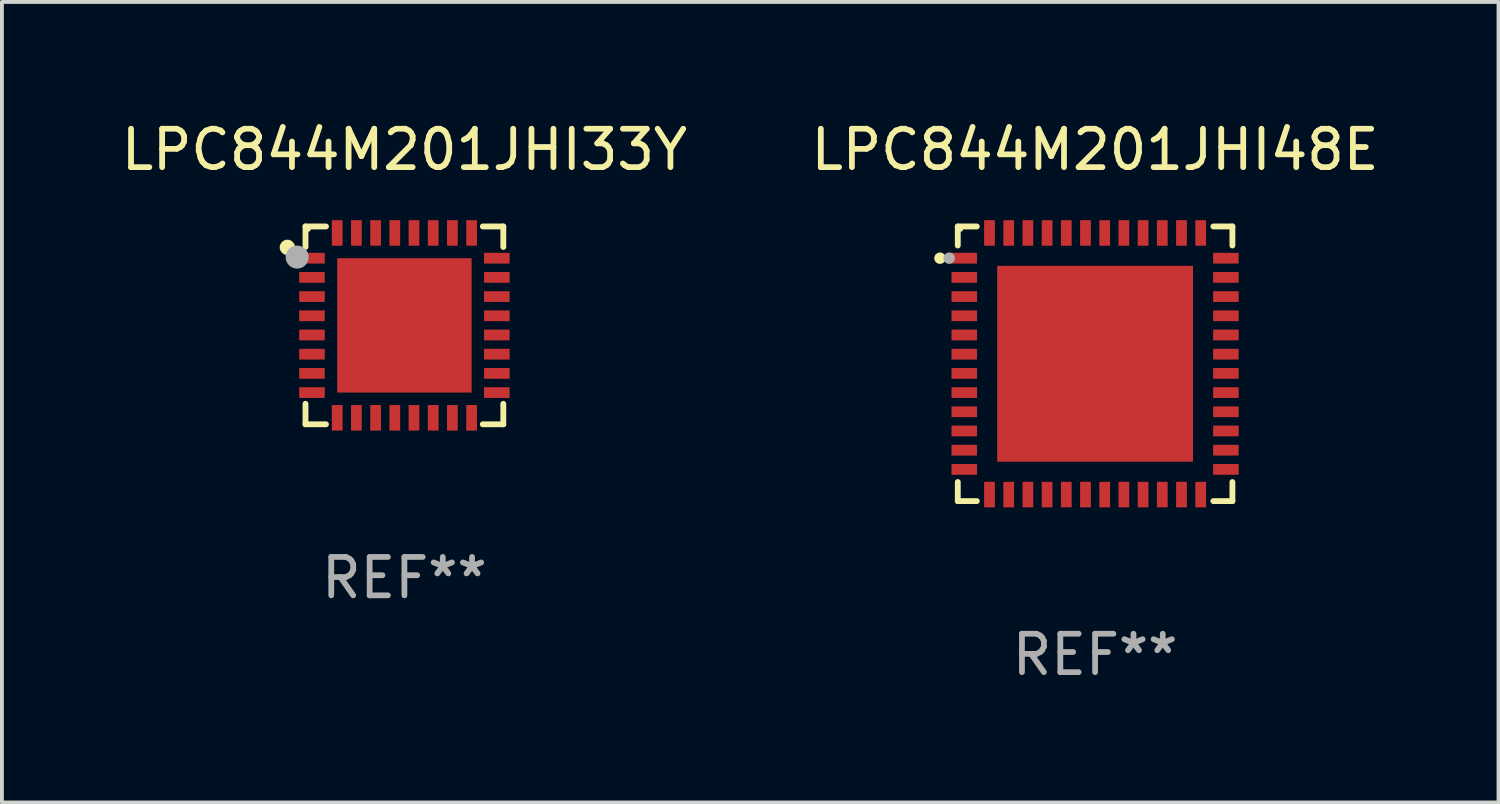
<source format=kicad_pcb>
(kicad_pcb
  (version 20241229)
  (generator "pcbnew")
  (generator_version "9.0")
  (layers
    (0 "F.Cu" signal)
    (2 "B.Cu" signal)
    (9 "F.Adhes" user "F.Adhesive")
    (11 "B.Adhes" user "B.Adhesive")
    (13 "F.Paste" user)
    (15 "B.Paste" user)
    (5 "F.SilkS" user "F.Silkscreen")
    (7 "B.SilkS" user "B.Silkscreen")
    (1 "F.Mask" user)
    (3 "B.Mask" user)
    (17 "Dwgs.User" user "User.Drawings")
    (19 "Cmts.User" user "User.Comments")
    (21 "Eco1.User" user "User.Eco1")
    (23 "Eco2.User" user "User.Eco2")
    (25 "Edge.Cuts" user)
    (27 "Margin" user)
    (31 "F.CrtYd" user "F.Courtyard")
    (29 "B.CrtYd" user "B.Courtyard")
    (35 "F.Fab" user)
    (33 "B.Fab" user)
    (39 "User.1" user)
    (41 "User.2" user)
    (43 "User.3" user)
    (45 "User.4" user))
  (footprint "LPC844M201JHI48E"
    (layer "F.Cu")
    (at 25.47 6.424)
    (property "Reference" "LPC844M201JHI48E" (at 0 -5.576 0) (layer "F.SilkS") (effects (font (size 1 1) (thickness 0.15))))
    (attr through_hole)
    (fp_line (start -3.576 -3.576) (end -3.576 -3.08) (stroke (width 0.152) (type solid)) (layer "F.SilkS"))
    (fp_line (start -3.576 3.576) (end -3.576 3.08) (stroke (width 0.152) (type solid)) (layer "F.SilkS"))
    (fp_line (start -3.08 -3.576) (end -3.576 -3.576) (stroke (width 0.152) (type solid)) (layer "F.SilkS"))
    (fp_line (start -3.08 3.576) (end -3.576 3.576) (stroke (width 0.152) (type solid)) (layer "F.SilkS"))
    (fp_line (start 3.08 -3.576) (end 3.576 -3.576) (stroke (width 0.152) (type solid)) (layer "F.SilkS"))
    (fp_line (start 3.08 3.576) (end 3.576 3.576) (stroke (width 0.152) (type solid)) (layer "F.SilkS"))
    (fp_line (start 3.576 -3.576) (end 3.576 -3.08) (stroke (width 0.152) (type solid)) (layer "F.SilkS"))
    (fp_line (start 3.576 3.576) (end 3.576 3.08) (stroke (width 0.152) (type solid)) (layer "F.SilkS"))
    (fp_circle (center -4.04 -2.75) (end -3.965 -2.75) (stroke (width 0.15) (type solid)) (fill no) (layer "F.SilkS"))
    (fp_circle (center -3.5 -3.5) (end -3.47 -3.5) (stroke (width 0.06) (type solid)) (fill no) (layer "F.SilkS"))
    (fp_circle (center -3.8 -2.75) (end -3.725 -2.75) (stroke (width 0.15) (type solid)) (fill no) (layer "F.Fab"))
    (fp_text user "REF**" (at 0 7.576 0) (layer "F.Fab") (effects (font (size 1 1) (thickness 0.15))))
    (pad "1" smd rect (at -3.407 -2.75) (size 0.665 0.28) (layers "F.Cu" "F.Mask" "F.Paste"))
    (pad "2" smd rect (at -3.407 -2.25) (size 0.665 0.28) (layers "F.Cu" "F.Mask" "F.Paste"))
    (pad "3" smd rect (at -3.407 -1.75) (size 0.665 0.28) (layers "F.Cu" "F.Mask" "F.Paste"))
    (pad "4" smd rect (at -3.407 -1.25) (size 0.665 0.28) (layers "F.Cu" "F.Mask" "F.Paste"))
    (pad "5" smd rect (at -3.407 -0.75) (size 0.665 0.28) (layers "F.Cu" "F.Mask" "F.Paste"))
    (pad "6" smd rect (at -3.407 -0.25) (size 0.665 0.28) (layers "F.Cu" "F.Mask" "F.Paste"))
    (pad "7" smd rect (at -3.407 0.25) (size 0.665 0.28) (layers "F.Cu" "F.Mask" "F.Paste"))
    (pad "8" smd rect (at -3.407 0.75) (size 0.665 0.28) (layers "F.Cu" "F.Mask" "F.Paste"))
    (pad "9" smd rect (at -3.407 1.25) (size 0.665 0.28) (layers "F.Cu" "F.Mask" "F.Paste"))
    (pad "10" smd rect (at -3.407 1.75) (size 0.665 0.28) (layers "F.Cu" "F.Mask" "F.Paste"))
    (pad "11" smd rect (at -3.407 2.25) (size 0.665 0.28) (layers "F.Cu" "F.Mask" "F.Paste"))
    (pad "12" smd rect (at -3.407 2.75) (size 0.665 0.28) (layers "F.Cu" "F.Mask" "F.Paste"))
    (pad "13" smd rect (at -2.75 3.407) (size 0.28 0.665) (layers "F.Cu" "F.Mask" "F.Paste"))
    (pad "14" smd rect (at -2.25 3.407) (size 0.28 0.665) (layers "F.Cu" "F.Mask" "F.Paste"))
    (pad "15" smd rect (at -1.75 3.407) (size 0.28 0.665) (layers "F.Cu" "F.Mask" "F.Paste"))
    (pad "16" smd rect (at -1.25 3.407) (size 0.28 0.665) (layers "F.Cu" "F.Mask" "F.Paste"))
    (pad "17" smd rect (at -0.75 3.407) (size 0.28 0.665) (layers "F.Cu" "F.Mask" "F.Paste"))
    (pad "18" smd rect (at -0.25 3.407) (size 0.28 0.665) (layers "F.Cu" "F.Mask" "F.Paste"))
    (pad "19" smd rect (at 0.25 3.407) (size 0.28 0.665) (layers "F.Cu" "F.Mask" "F.Paste"))
    (pad "20" smd rect (at 0.75 3.407) (size 0.28 0.665) (layers "F.Cu" "F.Mask" "F.Paste"))
    (pad "21" smd rect (at 1.25 3.407) (size 0.28 0.665) (layers "F.Cu" "F.Mask" "F.Paste"))
    (pad "22" smd rect (at 1.75 3.407) (size 0.28 0.665) (layers "F.Cu" "F.Mask" "F.Paste"))
    (pad "23" smd rect (at 2.25 3.407) (size 0.28 0.665) (layers "F.Cu" "F.Mask" "F.Paste"))
    (pad "24" smd rect (at 2.75 3.407) (size 0.28 0.665) (layers "F.Cu" "F.Mask" "F.Paste"))
    (pad "25" smd rect (at 3.407 2.75) (size 0.665 0.28) (layers "F.Cu" "F.Mask" "F.Paste"))
    (pad "26" smd rect (at 3.407 2.25) (size 0.665 0.28) (layers "F.Cu" "F.Mask" "F.Paste"))
    (pad "27" smd rect (at 3.407 1.75) (size 0.665 0.28) (layers "F.Cu" "F.Mask" "F.Paste"))
    (pad "28" smd rect (at 3.407 1.25) (size 0.665 0.28) (layers "F.Cu" "F.Mask" "F.Paste"))
    (pad "29" smd rect (at 3.407 0.75) (size 0.665 0.28) (layers "F.Cu" "F.Mask" "F.Paste"))
    (pad "30" smd rect (at 3.407 0.25) (size 0.665 0.28) (layers "F.Cu" "F.Mask" "F.Paste"))
    (pad "31" smd rect (at 3.407 -0.25) (size 0.665 0.28) (layers "F.Cu" "F.Mask" "F.Paste"))
    (pad "32" smd rect (at 3.407 -0.75) (size 0.665 0.28) (layers "F.Cu" "F.Mask" "F.Paste"))
    (pad "33" smd rect (at 3.407 -1.25) (size 0.665 0.28) (layers "F.Cu" "F.Mask" "F.Paste"))
    (pad "34" smd rect (at 3.407 -1.75) (size 0.665 0.28) (layers "F.Cu" "F.Mask" "F.Paste"))
    (pad "35" smd rect (at 3.407 -2.25) (size 0.665 0.28) (layers "F.Cu" "F.Mask" "F.Paste"))
    (pad "36" smd rect (at 3.407 -2.75) (size 0.665 0.28) (layers "F.Cu" "F.Mask" "F.Paste"))
    (pad "37" smd rect (at 2.75 -3.407) (size 0.28 0.665) (layers "F.Cu" "F.Mask" "F.Paste"))
    (pad "38" smd rect (at 2.25 -3.407) (size 0.28 0.665) (layers "F.Cu" "F.Mask" "F.Paste"))
    (pad "39" smd rect (at 1.75 -3.407) (size 0.28 0.665) (layers "F.Cu" "F.Mask" "F.Paste"))
    (pad "40" smd rect (at 1.25 -3.407) (size 0.28 0.665) (layers "F.Cu" "F.Mask" "F.Paste"))
    (pad "41" smd rect (at 0.75 -3.407) (size 0.28 0.665) (layers "F.Cu" "F.Mask" "F.Paste"))
    (pad "42" smd rect (at 0.25 -3.407) (size 0.28 0.665) (layers "F.Cu" "F.Mask" "F.Paste"))
    (pad "43" smd rect (at -0.25 -3.407) (size 0.28 0.665) (layers "F.Cu" "F.Mask" "F.Paste"))
    (pad "44" smd rect (at -0.75 -3.407) (size 0.28 0.665) (layers "F.Cu" "F.Mask" "F.Paste"))
    (pad "45" smd rect (at -1.25 -3.407) (size 0.28 0.665) (layers "F.Cu" "F.Mask" "F.Paste"))
    (pad "46" smd rect (at -1.75 -3.407) (size 0.28 0.665) (layers "F.Cu" "F.Mask" "F.Paste"))
    (pad "47" smd rect (at -2.25 -3.407) (size 0.28 0.665) (layers "F.Cu" "F.Mask" "F.Paste"))
    (pad "48" smd rect (at -2.75 -3.407) (size 0.28 0.665) (layers "F.Cu" "F.Mask" "F.Paste"))
    (pad "49" smd rect (at 0 0) (size 5.1 5.1) (layers "F.Cu" "F.Mask" "F.Paste")))
  (footprint "LPC844M201JHI33Y"
    (layer "F.Cu")
    (at 7.482 5.424)
    (property "Reference" "LPC844M201JHI33Y" (at 0 -4.576 0) (layer "F.SilkS") (effects (font (size 1 1) (thickness 0.15))))
    (attr through_hole)
    (fp_line (start -2.576 -2.576) (end -2.042 -2.576) (stroke (width 0.152) (type solid)) (layer "F.SilkS"))
    (fp_line (start -2.576 -2.042) (end -2.576 -2.576) (stroke (width 0.152) (type solid)) (layer "F.SilkS"))
    (fp_line (start -2.576 2.042) (end -2.576 2.576) (stroke (width 0.152) (type solid)) (layer "F.SilkS"))
    (fp_line (start -2.576 2.576) (end -2.042 2.576) (stroke (width 0.152) (type solid)) (layer "F.SilkS"))
    (fp_line (start 2.576 -2.576) (end 2.042 -2.576) (stroke (width 0.152) (type solid)) (layer "F.SilkS"))
    (fp_line (start 2.576 -2.042) (end 2.576 -2.576) (stroke (width 0.152) (type solid)) (layer "F.SilkS"))
    (fp_line (start 2.576 2.042) (end 2.576 2.576) (stroke (width 0.152) (type solid)) (layer "F.SilkS"))
    (fp_line (start 2.576 2.576) (end 2.042 2.576) (stroke (width 0.152) (type solid)) (layer "F.SilkS"))
    (fp_circle (center -3.048 -2.032) (end -2.948 -2.032) (stroke (width 0.2) (type solid)) (fill no) (layer "F.SilkS"))
    (fp_circle (center -2.5 -2.5) (end -2.47 -2.5) (stroke (width 0.06) (type solid)) (fill no) (layer "F.SilkS"))
    (fp_circle (center -2.794 -1.778) (end -2.644 -1.778) (stroke (width 0.3) (type solid)) (fill no) (layer "F.Fab"))
    (fp_text user "REF**" (at 0 6.576 0) (layer "F.Fab") (effects (font (size 1 1) (thickness 0.15))))
    (pad "1" smd rect (at -2.407 -1.75) (size 0.665 0.28) (layers "F.Cu" "F.Mask" "F.Paste"))
    (pad "2" smd rect (at -2.407 -1.25) (size 0.665 0.28) (layers "F.Cu" "F.Mask" "F.Paste"))
    (pad "3" smd rect (at -2.407 -0.75) (size 0.665 0.28) (layers "F.Cu" "F.Mask" "F.Paste"))
    (pad "4" smd rect (at -2.407 -0.25) (size 0.665 0.28) (layers "F.Cu" "F.Mask" "F.Paste"))
    (pad "5" smd rect (at -2.407 0.25) (size 0.665 0.28) (layers "F.Cu" "F.Mask" "F.Paste"))
    (pad "6" smd rect (at -2.407 0.75) (size 0.665 0.28) (layers "F.Cu" "F.Mask" "F.Paste"))
    (pad "7" smd rect (at -2.407 1.25) (size 0.665 0.28) (layers "F.Cu" "F.Mask" "F.Paste"))
    (pad "8" smd rect (at -2.407 1.75) (size 0.665 0.28) (layers "F.Cu" "F.Mask" "F.Paste"))
    (pad "9" smd rect (at -1.75 2.407) (size 0.28 0.665) (layers "F.Cu" "F.Mask" "F.Paste"))
    (pad "10" smd rect (at -1.25 2.407) (size 0.28 0.665) (layers "F.Cu" "F.Mask" "F.Paste"))
    (pad "11" smd rect (at -0.75 2.407) (size 0.28 0.665) (layers "F.Cu" "F.Mask" "F.Paste"))
    (pad "12" smd rect (at -0.25 2.407) (size 0.28 0.665) (layers "F.Cu" "F.Mask" "F.Paste"))
    (pad "13" smd rect (at 0.25 2.407) (size 0.28 0.665) (layers "F.Cu" "F.Mask" "F.Paste"))
    (pad "14" smd rect (at 0.75 2.407) (size 0.28 0.665) (layers "F.Cu" "F.Mask" "F.Paste"))
    (pad "15" smd rect (at 1.25 2.407) (size 0.28 0.665) (layers "F.Cu" "F.Mask" "F.Paste"))
    (pad "16" smd rect (at 1.75 2.407) (size 0.28 0.665) (layers "F.Cu" "F.Mask" "F.Paste"))
    (pad "17" smd rect (at 2.407 1.75) (size 0.665 0.28) (layers "F.Cu" "F.Mask" "F.Paste"))
    (pad "18" smd rect (at 2.407 1.25) (size 0.665 0.28) (layers "F.Cu" "F.Mask" "F.Paste"))
    (pad "19" smd rect (at 2.407 0.75) (size 0.665 0.28) (layers "F.Cu" "F.Mask" "F.Paste"))
    (pad "20" smd rect (at 2.407 0.25) (size 0.665 0.28) (layers "F.Cu" "F.Mask" "F.Paste"))
    (pad "21" smd rect (at 2.407 -0.25) (size 0.665 0.28) (layers "F.Cu" "F.Mask" "F.Paste"))
    (pad "22" smd rect (at 2.407 -0.75) (size 0.665 0.28) (layers "F.Cu" "F.Mask" "F.Paste"))
    (pad "23" smd rect (at 2.407 -1.25) (size 0.665 0.28) (layers "F.Cu" "F.Mask" "F.Paste"))
    (pad "24" smd rect (at 2.407 -1.75) (size 0.665 0.28) (layers "F.Cu" "F.Mask" "F.Paste"))
    (pad "25" smd rect (at 1.75 -2.407) (size 0.28 0.665) (layers "F.Cu" "F.Mask" "F.Paste"))
    (pad "26" smd rect (at 1.25 -2.407) (size 0.28 0.665) (layers "F.Cu" "F.Mask" "F.Paste"))
    (pad "27" smd rect (at 0.75 -2.407) (size 0.28 0.665) (layers "F.Cu" "F.Mask" "F.Paste"))
    (pad "28" smd rect (at 0.25 -2.407) (size 0.28 0.665) (layers "F.Cu" "F.Mask" "F.Paste"))
    (pad "29" smd rect (at -0.25 -2.407) (size 0.28 0.665) (layers "F.Cu" "F.Mask" "F.Paste"))
    (pad "30" smd rect (at -0.75 -2.407) (size 0.28 0.665) (layers "F.Cu" "F.Mask" "F.Paste"))
    (pad "31" smd rect (at -1.25 -2.407) (size 0.28 0.665) (layers "F.Cu" "F.Mask" "F.Paste"))
    (pad "32" smd rect (at -1.75 -2.407) (size 0.28 0.665) (layers "F.Cu" "F.Mask" "F.Paste"))
    (pad "33" smd rect (at 0 0) (size 3.5 3.5) (layers "F.Cu" "F.Mask" "F.Paste")))
  (gr_rect
    (start -3 -3)
    (end 35.976 17.849)
    (stroke (width 0.1) (type default))
    (fill no)
    (layer "Edge.Cuts")))
</source>
